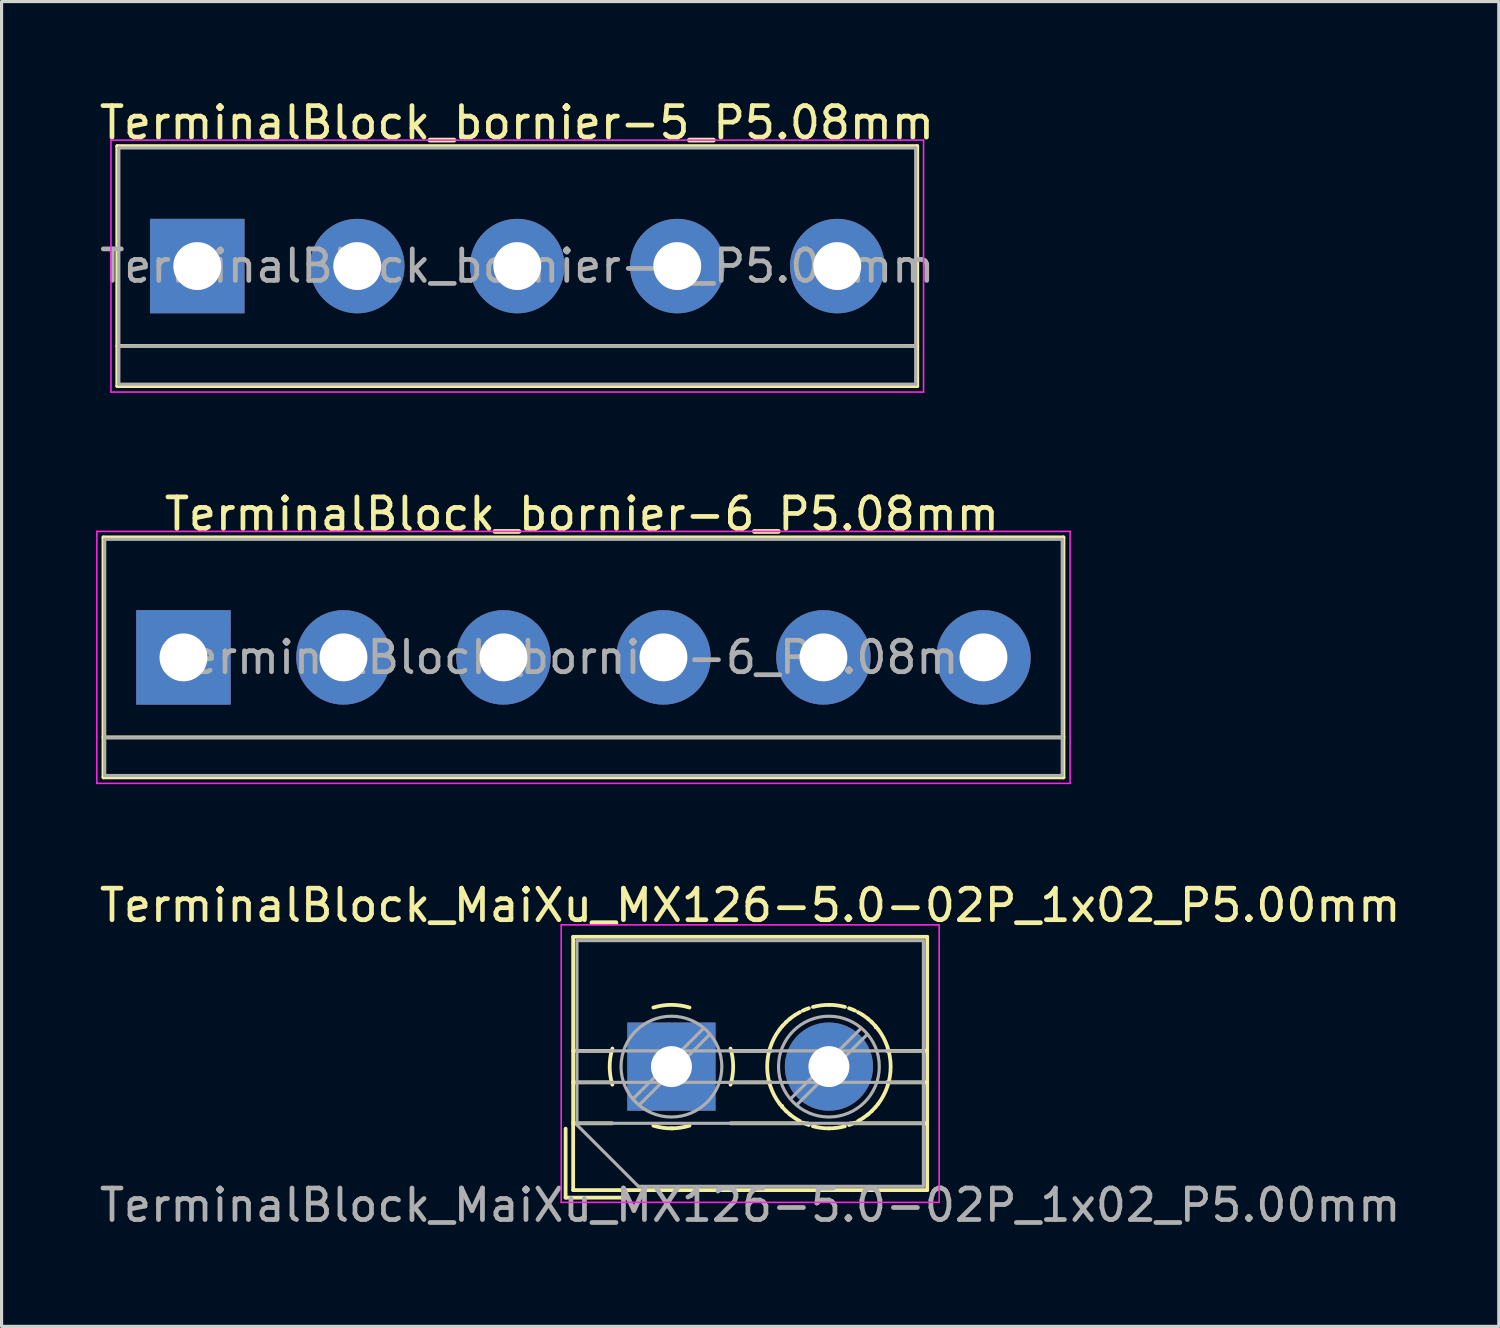
<source format=kicad_pcb>
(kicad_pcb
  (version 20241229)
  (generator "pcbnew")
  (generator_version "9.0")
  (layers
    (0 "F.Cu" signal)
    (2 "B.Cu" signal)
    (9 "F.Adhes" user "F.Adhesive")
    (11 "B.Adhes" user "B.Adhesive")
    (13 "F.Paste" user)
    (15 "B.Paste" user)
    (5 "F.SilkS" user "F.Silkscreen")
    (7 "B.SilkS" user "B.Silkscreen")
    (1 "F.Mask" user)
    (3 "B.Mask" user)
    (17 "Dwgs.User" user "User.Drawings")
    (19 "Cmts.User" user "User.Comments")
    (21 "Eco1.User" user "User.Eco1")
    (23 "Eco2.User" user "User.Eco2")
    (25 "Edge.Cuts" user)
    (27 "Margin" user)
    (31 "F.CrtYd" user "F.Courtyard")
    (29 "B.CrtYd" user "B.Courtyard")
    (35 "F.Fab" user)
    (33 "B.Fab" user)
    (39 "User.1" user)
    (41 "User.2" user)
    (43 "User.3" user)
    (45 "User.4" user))
  (footprint "TerminalBlock_bornier-6_P5.08mm"
    (layer "F.Cu")
    (at 2.775 17.822)
    (property "Reference" "TerminalBlock_bornier-6_P5.08mm" (at 12.65 -4.55 0) (layer "F.SilkS") (effects (font (size 1 1) (thickness 0.15))))
    (attr through_hole)
    (fp_line (start -2.54 -3.81) (end -2.54 3.81) (stroke (width 0.12) (type solid)) (layer "F.SilkS"))
    (fp_line (start -2.54 -3.81) (end 27.94 -3.81) (stroke (width 0.12) (type solid)) (layer "F.SilkS"))
    (fp_line (start -2.54 2.54) (end 27.94 2.54) (stroke (width 0.12) (type solid)) (layer "F.SilkS"))
    (fp_line (start -2.54 3.81) (end 27.94 3.81) (stroke (width 0.12) (type solid)) (layer "F.SilkS"))
    (fp_line (start 27.94 3.81) (end 27.94 -3.81) (stroke (width 0.12) (type solid)) (layer "F.SilkS"))
    (fp_line (start -2.75 -4) (end -2.75 4) (stroke (width 0.05) (type solid)) (layer "F.CrtYd"))
    (fp_line (start -2.75 -4) (end 28.15 -4) (stroke (width 0.05) (type solid)) (layer "F.CrtYd"))
    (fp_line (start 28.15 4) (end -2.75 4) (stroke (width 0.05) (type solid)) (layer "F.CrtYd"))
    (fp_line (start 28.15 4) (end 28.15 -4) (stroke (width 0.05) (type solid)) (layer "F.CrtYd"))
    (fp_line (start -2.5 -3.75) (end -2.5 3.75) (stroke (width 0.1) (type solid)) (layer "F.Fab"))
    (fp_line (start -2.5 2.55) (end 27.9 2.55) (stroke (width 0.1) (type solid)) (layer "F.Fab"))
    (fp_line (start -2.5 3.75) (end 27.9 3.75) (stroke (width 0.1) (type solid)) (layer "F.Fab"))
    (fp_line (start 27.9 -3.75) (end -2.5 -3.75) (stroke (width 0.1) (type solid)) (layer "F.Fab"))
    (fp_line (start 27.9 3.75) (end 27.9 -3.75) (stroke (width 0.1) (type solid)) (layer "F.Fab"))
    (fp_text user "${REFERENCE}" (at 12.7 0 0) (layer "F.Fab") (effects (font (size 1 1) (thickness 0.15))))
    (pad "1" thru_hole rect (at 0 0) (size 3 3) (drill 1.52) (layers "*.Cu" "*.Mask"))
    (pad "2" thru_hole circle (at 5.08 0) (size 3 3) (drill 1.52) (layers "*.Cu" "*.Mask"))
    (pad "3" thru_hole circle (at 10.16 0) (size 3 3) (drill 1.52) (layers "*.Cu" "*.Mask"))
    (pad "4" thru_hole circle (at 15.24 0) (size 3 3) (drill 1.52) (layers "*.Cu" "*.Mask"))
    (pad "5" thru_hole circle (at 20.32 0) (size 3 3) (drill 1.52) (layers "*.Cu" "*.Mask"))
    (pad "6" thru_hole circle (at 25.4 0) (size 3 3) (drill 1.52) (layers "*.Cu" "*.Mask")))
  (footprint "TerminalBlock_bornier-5_P5.08mm"
    (layer "F.Cu")
    (at 3.213 5.398)
    (property "Reference" "TerminalBlock_bornier-5_P5.08mm" (at 10.15 -4.55 0) (layer "F.SilkS") (effects (font (size 1 1) (thickness 0.15))))
    (attr through_hole)
    (fp_line (start -2.54 -3.81) (end -2.54 3.81) (stroke (width 0.12) (type solid)) (layer "F.SilkS"))
    (fp_line (start -2.54 -3.81) (end 22.86 -3.81) (stroke (width 0.12) (type solid)) (layer "F.SilkS"))
    (fp_line (start -2.54 2.54) (end 22.86 2.54) (stroke (width 0.12) (type solid)) (layer "F.SilkS"))
    (fp_line (start -2.54 3.81) (end 22.86 3.81) (stroke (width 0.12) (type solid)) (layer "F.SilkS"))
    (fp_line (start 22.86 -3.81) (end 22.86 3.81) (stroke (width 0.12) (type solid)) (layer "F.SilkS"))
    (fp_line (start -2.74 -4) (end -2.74 4) (stroke (width 0.05) (type solid)) (layer "F.CrtYd"))
    (fp_line (start -2.74 -4) (end 23.06 -4) (stroke (width 0.05) (type solid)) (layer "F.CrtYd"))
    (fp_line (start 23.06 4) (end -2.74 4) (stroke (width 0.05) (type solid)) (layer "F.CrtYd"))
    (fp_line (start 23.06 4) (end 23.06 -4) (stroke (width 0.05) (type solid)) (layer "F.CrtYd"))
    (fp_line (start -2.49 -3.75) (end -2.49 3.75) (stroke (width 0.1) (type solid)) (layer "F.Fab"))
    (fp_line (start -2.49 2.55) (end 22.81 2.55) (stroke (width 0.1) (type solid)) (layer "F.Fab"))
    (fp_line (start -2.49 3.75) (end 22.81 3.75) (stroke (width 0.1) (type solid)) (layer "F.Fab"))
    (fp_line (start 22.81 -3.75) (end -2.49 -3.75) (stroke (width 0.1) (type solid)) (layer "F.Fab"))
    (fp_line (start 22.81 3.75) (end 22.81 -3.75) (stroke (width 0.1) (type solid)) (layer "F.Fab"))
    (fp_text user "${REFERENCE}" (at 10.16 0 0) (layer "F.Fab") (effects (font (size 1 1) (thickness 0.15))))
    (pad "1" thru_hole rect (at 0 0) (size 3 3) (drill 1.52) (layers "*.Cu" "*.Mask"))
    (pad "2" thru_hole circle (at 5.08 0) (size 3 3) (drill 1.52) (layers "*.Cu" "*.Mask"))
    (pad "3" thru_hole circle (at 10.16 0) (size 3 3) (drill 1.52) (layers "*.Cu" "*.Mask"))
    (pad "4" thru_hole circle (at 15.24 0) (size 3 3) (drill 1.52) (layers "*.Cu" "*.Mask"))
    (pad "5" thru_hole circle (at 20.32 0) (size 3 3) (drill 1.52) (layers "*.Cu" "*.Mask")))
  (footprint "TerminalBlock_MaiXu_MX126-5.0-02P_1x02_P5.00mm"
    (layer "F.Cu")
    (at 18.268 30.815)
    (property "Reference" "TerminalBlock_MaiXu_MX126-5.0-02P_1x02_P5.00mm" (at 2.5 -5.12 0) (layer "F.SilkS") (effects (font (size 1 1) (thickness 0.15))))
    (attr through_hole)
    (fp_line (start -3.36 1.97) (end -3.36 4.16) (stroke (width 0.12) (type solid)) (layer "F.SilkS"))
    (fp_line (start -3.36 4.16) (end -1.41 4.16) (stroke (width 0.12) (type solid)) (layer "F.SilkS"))
    (fp_line (start -3.12 -4.12) (end -3.12 3.92) (stroke (width 0.12) (type solid)) (layer "F.SilkS"))
    (fp_line (start -3.12 -4.12) (end 8.121 -4.12) (stroke (width 0.12) (type solid)) (layer "F.SilkS"))
    (fp_line (start -3.12 -0.5) (end -1.88 -0.5) (stroke (width 0.12) (type solid)) (layer "F.SilkS"))
    (fp_line (start -3.12 0.5) (end -1.88 0.5) (stroke (width 0.12) (type solid)) (layer "F.SilkS"))
    (fp_line (start -3.12 1.8) (end -1.88 1.8) (stroke (width 0.12) (type solid)) (layer "F.SilkS"))
    (fp_line (start -3.12 3.92) (end 8.121 3.92) (stroke (width 0.12) (type solid)) (layer "F.SilkS"))
    (fp_line (start 1.88 -0.5) (end 3.165 -0.5) (stroke (width 0.12) (type solid)) (layer "F.SilkS"))
    (fp_line (start 1.88 0.5) (end 3.165 0.5) (stroke (width 0.12) (type solid)) (layer "F.SilkS"))
    (fp_line (start 1.88 1.8) (end 4.331 1.8) (stroke (width 0.12) (type solid)) (layer "F.SilkS"))
    (fp_line (start 3.514 1.248) (end 3.514 1.248) (stroke (width 0.12) (type solid)) (layer "F.SilkS"))
    (fp_line (start 5.67 1.8) (end 8.121 1.8) (stroke (width 0.12) (type solid)) (layer "F.SilkS"))
    (fp_line (start 6.487 -1.248) (end 6.487 -1.248) (stroke (width 0.12) (type solid)) (layer "F.SilkS"))
    (fp_line (start 6.836 -0.5) (end 8.121 -0.5) (stroke (width 0.12) (type solid)) (layer "F.SilkS"))
    (fp_line (start 6.836 0.5) (end 8.121 0.5) (stroke (width 0.12) (type solid)) (layer "F.SilkS"))
    (fp_line (start 8.121 -4.12) (end 8.121 3.92) (stroke (width 0.12) (type solid)) (layer "F.SilkS"))
    (fp_arc (start -1.875422 0.572619) (mid -1.960893 -0.000722) (end -1.875 -0.574) (stroke (width 0.12) (type solid)) (layer "F.SilkS"))
    (fp_arc (start -0.572619 -1.875422) (mid 0.000722 -1.960893) (end 0.574 -1.875) (stroke (width 0.12) (type solid)) (layer "F.SilkS"))
    (fp_arc (start 0.0335 1.960607) (mid -0.273618 1.941709) (end -0.574 1.875) (stroke (width 0.12) (type solid)) (layer "F.SilkS"))
    (fp_arc (start 0.573049 1.874357) (mid 0.289706 1.938471) (end 0 1.96) (stroke (width 0.12) (type solid)) (layer "F.SilkS"))
    (fp_arc (start 1.875422 -0.572619) (mid 1.960893 0.000722) (end 1.875 0.574) (stroke (width 0.12) (type solid)) (layer "F.SilkS"))
    (fp_arc (start 3.434339 1.179122) (mid 3.039994 -0.000549) (end 3.435 -1.18) (stroke (width 0.12) (type solid)) (layer "F.SilkS"))
    (fp_arc (start 3.434826 -1.180695) (mid 3.476985 -1.2346) (end 3.521 -1.287) (stroke (width 0.12) (type solid)) (layer "F.SilkS"))
    (fp_arc (start 3.521125 1.286294) (mid 3.477135 1.233899) (end 3.435 1.18) (stroke (width 0.12) (type solid)) (layer "F.SilkS"))
    (fp_arc (start 3.521202 -1.287012) (mid 3.578748 -1.350291) (end 3.639 -1.411) (stroke (width 0.12) (type solid)) (layer "F.SilkS"))
    (fp_arc (start 3.63871 1.41001) (mid 3.578502 1.349289) (end 3.521 1.286) (stroke (width 0.12) (type solid)) (layer "F.SilkS"))
    (fp_arc (start 3.638867 -1.410738) (mid 3.701698 -1.468767) (end 3.767 -1.524) (stroke (width 0.12) (type solid)) (layer "F.SilkS"))
    (fp_arc (start 3.767069 1.523253) (mid 3.701799 1.468024) (end 3.639 1.41) (stroke (width 0.12) (type solid)) (layer "F.SilkS"))
    (fp_arc (start 3.767452 -1.524377) (mid 3.835117 -1.576689) (end 3.905 -1.626) (stroke (width 0.12) (type solid)) (layer "F.SilkS"))
    (fp_arc (start 3.904517 1.625664) (mid 3.834649 1.576332) (end 3.767 1.524) (stroke (width 0.12) (type solid)) (layer "F.SilkS"))
    (fp_arc (start 3.93363 -1.644317) (mid 4.00637 -1.689266) (end 4.081 -1.731) (stroke (width 0.12) (type solid)) (layer "F.SilkS"))
    (fp_arc (start 4.080344 1.730739) (mid 4.005726 1.688977) (end 3.933 1.644) (stroke (width 0.12) (type solid)) (layer "F.SilkS"))
    (fp_arc (start 4.172694 -1.777259) (mid 4.266842 -1.818121) (end 4.363 -1.854) (stroke (width 0.12) (type solid)) (layer "F.SilkS"))
    (fp_arc (start 4.362283 1.853815) (mid 4.266136 1.817899) (end 4.172 1.777) (stroke (width 0.12) (type solid)) (layer "F.SilkS"))
    (fp_arc (start 4.493681 -1.893473) (mid 4.74516 -1.943362) (end 5.001 -1.96) (stroke (width 0.12) (type solid)) (layer "F.SilkS"))
    (fp_arc (start 5.000479 1.960685) (mid 4.744554 1.943973) (end 4.493 1.894) (stroke (width 0.12) (type solid)) (layer "F.SilkS"))
    (fp_arc (start 5.000487 -1.960944) (mid 5.256437 -1.944104) (end 5.508 -1.894) (stroke (width 0.12) (type solid)) (layer "F.SilkS"))
    (fp_arc (start 5.507285 1.893215) (mid 5.255831 1.943232) (end 5 1.96) (stroke (width 0.12) (type solid)) (layer "F.SilkS"))
    (fp_arc (start 5.638712 -1.85392) (mid 5.734863 -1.817951) (end 5.829 -1.777) (stroke (width 0.12) (type solid)) (layer "F.SilkS"))
    (fp_arc (start 5.829295 1.77705) (mid 5.735155 1.818016) (end 5.639 1.854) (stroke (width 0.12) (type solid)) (layer "F.SilkS"))
    (fp_arc (start 5.920652 -1.730826) (mid 5.995273 -1.689021) (end 6.068 -1.644) (stroke (width 0.12) (type solid)) (layer "F.SilkS"))
    (fp_arc (start 6.068362 1.644143) (mid 5.995629 1.689179) (end 5.921 1.731) (stroke (width 0.12) (type solid)) (layer "F.SilkS"))
    (fp_arc (start 6.096479 -1.625751) (mid 6.16635 -1.576376) (end 6.234 -1.524) (stroke (width 0.12) (type solid)) (layer "F.SilkS"))
    (fp_arc (start 6.233457 1.523294) (mid 6.165838 1.575647) (end 6.096 1.625) (stroke (width 0.12) (type solid)) (layer "F.SilkS"))
    (fp_arc (start 6.233928 -1.523341) (mid 6.2992 -1.468068) (end 6.362 -1.41) (stroke (width 0.12) (type solid)) (layer "F.SilkS"))
    (fp_arc (start 6.36213 1.410651) (mid 6.299301 1.468723) (end 6.234 1.524) (stroke (width 0.12) (type solid)) (layer "F.SilkS"))
    (fp_arc (start 6.362286 -1.410097) (mid 6.422497 -1.349333) (end 6.48 -1.286) (stroke (width 0.12) (type solid)) (layer "F.SilkS"))
    (fp_arc (start 6.479707 1.285928) (mid 6.422207 1.349248) (end 6.362 1.41) (stroke (width 0.12) (type solid)) (layer "F.SilkS"))
    (fp_arc (start 6.479873 -1.286364) (mid 6.523865 -1.233934) (end 6.566 -1.18) (stroke (width 0.12) (type solid)) (layer "F.SilkS"))
    (fp_arc (start 6.565937 -1.180084) (mid 6.960805 -0.000052) (end 6.566 1.18) (stroke (width 0.12) (type solid)) (layer "F.SilkS"))
    (fp_arc (start 6.566102 1.179628) (mid 6.523979 1.233565) (end 6.48 1.286) (stroke (width 0.12) (type solid)) (layer "F.SilkS"))
    (fp_line (start -3.5 -4.5) (end -3.5 4.31) (stroke (width 0.05) (type solid)) (layer "F.CrtYd"))
    (fp_line (start -3.5 4.31) (end 8.5 4.31) (stroke (width 0.05) (type solid)) (layer "F.CrtYd"))
    (fp_line (start 8.5 -4.5) (end -3.5 -4.5) (stroke (width 0.05) (type solid)) (layer "F.CrtYd"))
    (fp_line (start 8.5 4.31) (end 8.5 -4.5) (stroke (width 0.05) (type solid)) (layer "F.CrtYd"))
    (fp_line (start -3 -4) (end 8 -4) (stroke (width 0.1) (type solid)) (layer "F.Fab"))
    (fp_line (start -3 -0.5) (end 8 -0.5) (stroke (width 0.1) (type solid)) (layer "F.Fab"))
    (fp_line (start -3 0.5) (end 8 0.5) (stroke (width 0.1) (type solid)) (layer "F.Fab"))
    (fp_line (start -3 1.8) (end 8 1.8) (stroke (width 0.1) (type solid)) (layer "F.Fab"))
    (fp_line (start -3 1.85) (end -3 -4) (stroke (width 0.1) (type solid)) (layer "F.Fab"))
    (fp_line (start -1.05 3.8) (end -3 1.85) (stroke (width 0.1) (type solid)) (layer "F.Fab"))
    (fp_line (start 1.019 -1.214) (end -1.214 1.018) (stroke (width 0.1) (type solid)) (layer "F.Fab"))
    (fp_line (start 1.214 -1.019) (end -1.019 1.214) (stroke (width 0.1) (type solid)) (layer "F.Fab"))
    (fp_line (start 6.019 -1.214) (end 3.787 1.018) (stroke (width 0.1) (type solid)) (layer "F.Fab"))
    (fp_line (start 6.214 -1.019) (end 3.982 1.214) (stroke (width 0.1) (type solid)) (layer "F.Fab"))
    (fp_line (start 8 -4) (end 8 3.8) (stroke (width 0.1) (type solid)) (layer "F.Fab"))
    (fp_line (start 8 3.8) (end -1.05 3.8) (stroke (width 0.1) (type solid)) (layer "F.Fab"))
    (fp_circle (center 0 0) (end 1.6 0) (stroke (width 0.1) (type solid)) (fill no) (layer "F.Fab"))
    (fp_circle (center 5 0) (end 6.6 0) (stroke (width 0.1) (type solid)) (fill no) (layer "F.Fab"))
    (fp_text user "${REFERENCE}" (at 2.5 4.4 0) (layer "F.Fab") (effects (font (size 1 1) (thickness 0.15))))
    (pad "1" thru_hole rect (at 0 0) (size 2.8 2.8) (drill 1.3) (layers "*.Cu" "*.Mask"))
    (pad "2" thru_hole circle (at 5 0) (size 2.8 2.8) (drill 1.3) (layers "*.Cu" "*.Mask")))
  (gr_rect
    (start -3 -3)
    (end 44.536 39.063)
    (stroke (width 0.1) (type default))
    (fill no)
    (layer "Edge.Cuts")))
</source>
